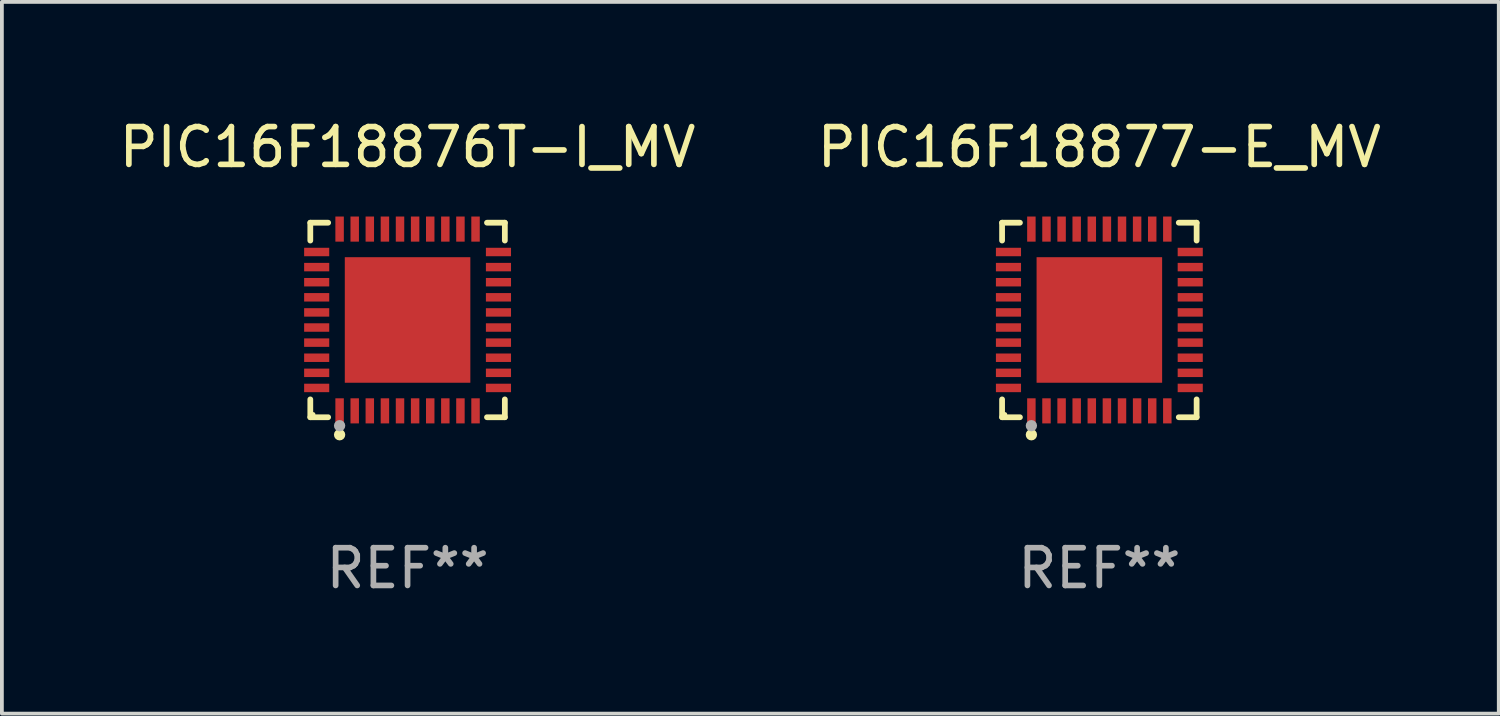
<source format=kicad_pcb>
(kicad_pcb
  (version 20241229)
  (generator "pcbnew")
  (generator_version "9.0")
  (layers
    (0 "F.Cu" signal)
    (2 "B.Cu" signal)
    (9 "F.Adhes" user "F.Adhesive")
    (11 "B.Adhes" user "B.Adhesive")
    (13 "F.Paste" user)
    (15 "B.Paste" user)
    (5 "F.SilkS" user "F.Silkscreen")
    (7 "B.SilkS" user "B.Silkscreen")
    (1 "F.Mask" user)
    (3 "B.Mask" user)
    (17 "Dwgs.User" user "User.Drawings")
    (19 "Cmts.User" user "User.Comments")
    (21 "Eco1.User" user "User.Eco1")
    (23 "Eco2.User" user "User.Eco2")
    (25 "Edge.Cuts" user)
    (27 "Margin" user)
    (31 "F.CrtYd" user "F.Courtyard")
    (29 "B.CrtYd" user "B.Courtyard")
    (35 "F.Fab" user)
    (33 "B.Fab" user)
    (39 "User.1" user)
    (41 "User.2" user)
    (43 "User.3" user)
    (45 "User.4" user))
  (footprint "PIC16F18877-E_MV"
    (layer "F.Cu")
    (at 26.065 5.424)
    (property "Reference" "PIC16F18877-E_MV" (at 0 -4.576 0) (layer "F.SilkS") (effects (font (size 1 1) (thickness 0.15))))
    (attr through_hole)
    (fp_line (start -2.576 -2.576) (end -2.103 -2.576) (stroke (width 0.152) (type solid)) (layer "F.SilkS"))
    (fp_line (start -2.576 -2.103) (end -2.576 -2.576) (stroke (width 0.152) (type solid)) (layer "F.SilkS"))
    (fp_line (start -2.576 2.103) (end -2.576 2.576) (stroke (width 0.152) (type solid)) (layer "F.SilkS"))
    (fp_line (start -2.576 2.576) (end -2.103 2.576) (stroke (width 0.152) (type solid)) (layer "F.SilkS"))
    (fp_line (start 2.576 -2.576) (end 2.103 -2.576) (stroke (width 0.152) (type solid)) (layer "F.SilkS"))
    (fp_line (start 2.576 -2.103) (end 2.576 -2.576) (stroke (width 0.152) (type solid)) (layer "F.SilkS"))
    (fp_line (start 2.576 2.103) (end 2.576 2.576) (stroke (width 0.152) (type solid)) (layer "F.SilkS"))
    (fp_line (start 2.576 2.576) (end 2.103 2.576) (stroke (width 0.152) (type solid)) (layer "F.SilkS"))
    (fp_circle (center -2.5 2.5) (end -2.47 2.5) (stroke (width 0.06) (type solid)) (fill no) (layer "F.SilkS"))
    (fp_circle (center -1.8 3.04) (end -1.725 3.04) (stroke (width 0.15) (type solid)) (fill no) (layer "F.SilkS"))
    (fp_circle (center -1.8 2.8) (end -1.725 2.8) (stroke (width 0.15) (type solid)) (fill no) (layer "F.Fab"))
    (fp_text user "REF**" (at 0 6.576 0) (layer "F.Fab") (effects (font (size 1 1) (thickness 0.15))))
    (pad "1" smd rect (at -1.8 2.407) (size 0.224 0.665) (layers "F.Cu" "F.Mask" "F.Paste"))
    (pad "2" smd rect (at -1.4 2.407) (size 0.224 0.665) (layers "F.Cu" "F.Mask" "F.Paste"))
    (pad "3" smd rect (at -1 2.407) (size 0.224 0.665) (layers "F.Cu" "F.Mask" "F.Paste"))
    (pad "4" smd rect (at -0.6 2.407) (size 0.224 0.665) (layers "F.Cu" "F.Mask" "F.Paste"))
    (pad "5" smd rect (at -0.2 2.407) (size 0.224 0.665) (layers "F.Cu" "F.Mask" "F.Paste"))
    (pad "6" smd rect (at 0.2 2.407) (size 0.224 0.665) (layers "F.Cu" "F.Mask" "F.Paste"))
    (pad "7" smd rect (at 0.6 2.407) (size 0.224 0.665) (layers "F.Cu" "F.Mask" "F.Paste"))
    (pad "8" smd rect (at 1 2.407) (size 0.224 0.665) (layers "F.Cu" "F.Mask" "F.Paste"))
    (pad "9" smd rect (at 1.4 2.407) (size 0.224 0.665) (layers "F.Cu" "F.Mask" "F.Paste"))
    (pad "10" smd rect (at 1.8 2.407) (size 0.224 0.665) (layers "F.Cu" "F.Mask" "F.Paste"))
    (pad "11" smd rect (at 2.407 1.8) (size 0.665 0.224) (layers "F.Cu" "F.Mask" "F.Paste"))
    (pad "12" smd rect (at 2.407 1.4) (size 0.665 0.224) (layers "F.Cu" "F.Mask" "F.Paste"))
    (pad "13" smd rect (at 2.407 1) (size 0.665 0.224) (layers "F.Cu" "F.Mask" "F.Paste"))
    (pad "14" smd rect (at 2.407 0.6) (size 0.665 0.224) (layers "F.Cu" "F.Mask" "F.Paste"))
    (pad "15" smd rect (at 2.407 0.2) (size 0.665 0.224) (layers "F.Cu" "F.Mask" "F.Paste"))
    (pad "16" smd rect (at 2.407 -0.2) (size 0.665 0.224) (layers "F.Cu" "F.Mask" "F.Paste"))
    (pad "17" smd rect (at 2.407 -0.6) (size 0.665 0.224) (layers "F.Cu" "F.Mask" "F.Paste"))
    (pad "18" smd rect (at 2.407 -1) (size 0.665 0.224) (layers "F.Cu" "F.Mask" "F.Paste"))
    (pad "19" smd rect (at 2.407 -1.4) (size 0.665 0.224) (layers "F.Cu" "F.Mask" "F.Paste"))
    (pad "20" smd rect (at 2.407 -1.8) (size 0.665 0.224) (layers "F.Cu" "F.Mask" "F.Paste"))
    (pad "21" smd rect (at 1.8 -2.407) (size 0.224 0.665) (layers "F.Cu" "F.Mask" "F.Paste"))
    (pad "22" smd rect (at 1.4 -2.407) (size 0.224 0.665) (layers "F.Cu" "F.Mask" "F.Paste"))
    (pad "23" smd rect (at 1 -2.407) (size 0.224 0.665) (layers "F.Cu" "F.Mask" "F.Paste"))
    (pad "24" smd rect (at 0.6 -2.407) (size 0.224 0.665) (layers "F.Cu" "F.Mask" "F.Paste"))
    (pad "25" smd rect (at 0.2 -2.407) (size 0.224 0.665) (layers "F.Cu" "F.Mask" "F.Paste"))
    (pad "26" smd rect (at -0.2 -2.407) (size 0.224 0.665) (layers "F.Cu" "F.Mask" "F.Paste"))
    (pad "27" smd rect (at -0.6 -2.407) (size 0.224 0.665) (layers "F.Cu" "F.Mask" "F.Paste"))
    (pad "28" smd rect (at -1 -2.407) (size 0.224 0.665) (layers "F.Cu" "F.Mask" "F.Paste"))
    (pad "29" smd rect (at -1.4 -2.407) (size 0.224 0.665) (layers "F.Cu" "F.Mask" "F.Paste"))
    (pad "30" smd rect (at -1.8 -2.407) (size 0.224 0.665) (layers "F.Cu" "F.Mask" "F.Paste"))
    (pad "31" smd rect (at -2.407 -1.8) (size 0.665 0.224) (layers "F.Cu" "F.Mask" "F.Paste"))
    (pad "32" smd rect (at -2.407 -1.4) (size 0.665 0.224) (layers "F.Cu" "F.Mask" "F.Paste"))
    (pad "33" smd rect (at -2.407 -1) (size 0.665 0.224) (layers "F.Cu" "F.Mask" "F.Paste"))
    (pad "34" smd rect (at -2.407 -0.6) (size 0.665 0.224) (layers "F.Cu" "F.Mask" "F.Paste"))
    (pad "35" smd rect (at -2.407 -0.2) (size 0.665 0.224) (layers "F.Cu" "F.Mask" "F.Paste"))
    (pad "36" smd rect (at -2.407 0.2) (size 0.665 0.224) (layers "F.Cu" "F.Mask" "F.Paste"))
    (pad "37" smd rect (at -2.407 0.6) (size 0.665 0.224) (layers "F.Cu" "F.Mask" "F.Paste"))
    (pad "38" smd rect (at -2.407 1) (size 0.665 0.224) (layers "F.Cu" "F.Mask" "F.Paste"))
    (pad "39" smd rect (at -2.407 1.4) (size 0.665 0.224) (layers "F.Cu" "F.Mask" "F.Paste"))
    (pad "40" smd rect (at -2.407 1.8) (size 0.665 0.224) (layers "F.Cu" "F.Mask" "F.Paste"))
    (pad "41" smd rect (at 0 0) (size 3.325 3.325) (layers "F.Cu" "F.Mask" "F.Paste")))
  (footprint "PIC16F18876T-I_MV"
    (layer "F.Cu")
    (at 7.744 5.424)
    (property "Reference" "PIC16F18876T-I_MV" (at 0 -4.576 0) (layer "F.SilkS") (effects (font (size 1 1) (thickness 0.15))))
    (attr through_hole)
    (fp_line (start -2.576 -2.576) (end -2.103 -2.576) (stroke (width 0.152) (type solid)) (layer "F.SilkS"))
    (fp_line (start -2.576 -2.103) (end -2.576 -2.576) (stroke (width 0.152) (type solid)) (layer "F.SilkS"))
    (fp_line (start -2.576 2.103) (end -2.576 2.576) (stroke (width 0.152) (type solid)) (layer "F.SilkS"))
    (fp_line (start -2.576 2.576) (end -2.103 2.576) (stroke (width 0.152) (type solid)) (layer "F.SilkS"))
    (fp_line (start 2.576 -2.576) (end 2.103 -2.576) (stroke (width 0.152) (type solid)) (layer "F.SilkS"))
    (fp_line (start 2.576 -2.103) (end 2.576 -2.576) (stroke (width 0.152) (type solid)) (layer "F.SilkS"))
    (fp_line (start 2.576 2.103) (end 2.576 2.576) (stroke (width 0.152) (type solid)) (layer "F.SilkS"))
    (fp_line (start 2.576 2.576) (end 2.103 2.576) (stroke (width 0.152) (type solid)) (layer "F.SilkS"))
    (fp_circle (center -2.5 2.5) (end -2.47 2.5) (stroke (width 0.06) (type solid)) (fill no) (layer "F.SilkS"))
    (fp_circle (center -1.8 3.04) (end -1.725 3.04) (stroke (width 0.15) (type solid)) (fill no) (layer "F.SilkS"))
    (fp_circle (center -1.8 2.8) (end -1.725 2.8) (stroke (width 0.15) (type solid)) (fill no) (layer "F.Fab"))
    (fp_text user "REF**" (at 0 6.576 0) (layer "F.Fab") (effects (font (size 1 1) (thickness 0.15))))
    (pad "1" smd rect (at -1.8 2.407) (size 0.224 0.665) (layers "F.Cu" "F.Mask" "F.Paste"))
    (pad "2" smd rect (at -1.4 2.407) (size 0.224 0.665) (layers "F.Cu" "F.Mask" "F.Paste"))
    (pad "3" smd rect (at -1 2.407) (size 0.224 0.665) (layers "F.Cu" "F.Mask" "F.Paste"))
    (pad "4" smd rect (at -0.6 2.407) (size 0.224 0.665) (layers "F.Cu" "F.Mask" "F.Paste"))
    (pad "5" smd rect (at -0.2 2.407) (size 0.224 0.665) (layers "F.Cu" "F.Mask" "F.Paste"))
    (pad "6" smd rect (at 0.2 2.407) (size 0.224 0.665) (layers "F.Cu" "F.Mask" "F.Paste"))
    (pad "7" smd rect (at 0.6 2.407) (size 0.224 0.665) (layers "F.Cu" "F.Mask" "F.Paste"))
    (pad "8" smd rect (at 1 2.407) (size 0.224 0.665) (layers "F.Cu" "F.Mask" "F.Paste"))
    (pad "9" smd rect (at 1.4 2.407) (size 0.224 0.665) (layers "F.Cu" "F.Mask" "F.Paste"))
    (pad "10" smd rect (at 1.8 2.407) (size 0.224 0.665) (layers "F.Cu" "F.Mask" "F.Paste"))
    (pad "11" smd rect (at 2.407 1.8) (size 0.665 0.224) (layers "F.Cu" "F.Mask" "F.Paste"))
    (pad "12" smd rect (at 2.407 1.4) (size 0.665 0.224) (layers "F.Cu" "F.Mask" "F.Paste"))
    (pad "13" smd rect (at 2.407 1) (size 0.665 0.224) (layers "F.Cu" "F.Mask" "F.Paste"))
    (pad "14" smd rect (at 2.407 0.6) (size 0.665 0.224) (layers "F.Cu" "F.Mask" "F.Paste"))
    (pad "15" smd rect (at 2.407 0.2) (size 0.665 0.224) (layers "F.Cu" "F.Mask" "F.Paste"))
    (pad "16" smd rect (at 2.407 -0.2) (size 0.665 0.224) (layers "F.Cu" "F.Mask" "F.Paste"))
    (pad "17" smd rect (at 2.407 -0.6) (size 0.665 0.224) (layers "F.Cu" "F.Mask" "F.Paste"))
    (pad "18" smd rect (at 2.407 -1) (size 0.665 0.224) (layers "F.Cu" "F.Mask" "F.Paste"))
    (pad "19" smd rect (at 2.407 -1.4) (size 0.665 0.224) (layers "F.Cu" "F.Mask" "F.Paste"))
    (pad "20" smd rect (at 2.407 -1.8) (size 0.665 0.224) (layers "F.Cu" "F.Mask" "F.Paste"))
    (pad "21" smd rect (at 1.8 -2.407) (size 0.224 0.665) (layers "F.Cu" "F.Mask" "F.Paste"))
    (pad "22" smd rect (at 1.4 -2.407) (size 0.224 0.665) (layers "F.Cu" "F.Mask" "F.Paste"))
    (pad "23" smd rect (at 1 -2.407) (size 0.224 0.665) (layers "F.Cu" "F.Mask" "F.Paste"))
    (pad "24" smd rect (at 0.6 -2.407) (size 0.224 0.665) (layers "F.Cu" "F.Mask" "F.Paste"))
    (pad "25" smd rect (at 0.2 -2.407) (size 0.224 0.665) (layers "F.Cu" "F.Mask" "F.Paste"))
    (pad "26" smd rect (at -0.2 -2.407) (size 0.224 0.665) (layers "F.Cu" "F.Mask" "F.Paste"))
    (pad "27" smd rect (at -0.6 -2.407) (size 0.224 0.665) (layers "F.Cu" "F.Mask" "F.Paste"))
    (pad "28" smd rect (at -1 -2.407) (size 0.224 0.665) (layers "F.Cu" "F.Mask" "F.Paste"))
    (pad "29" smd rect (at -1.4 -2.407) (size 0.224 0.665) (layers "F.Cu" "F.Mask" "F.Paste"))
    (pad "30" smd rect (at -1.8 -2.407) (size 0.224 0.665) (layers "F.Cu" "F.Mask" "F.Paste"))
    (pad "31" smd rect (at -2.407 -1.8) (size 0.665 0.224) (layers "F.Cu" "F.Mask" "F.Paste"))
    (pad "32" smd rect (at -2.407 -1.4) (size 0.665 0.224) (layers "F.Cu" "F.Mask" "F.Paste"))
    (pad "33" smd rect (at -2.407 -1) (size 0.665 0.224) (layers "F.Cu" "F.Mask" "F.Paste"))
    (pad "34" smd rect (at -2.407 -0.6) (size 0.665 0.224) (layers "F.Cu" "F.Mask" "F.Paste"))
    (pad "35" smd rect (at -2.407 -0.2) (size 0.665 0.224) (layers "F.Cu" "F.Mask" "F.Paste"))
    (pad "36" smd rect (at -2.407 0.2) (size 0.665 0.224) (layers "F.Cu" "F.Mask" "F.Paste"))
    (pad "37" smd rect (at -2.407 0.6) (size 0.665 0.224) (layers "F.Cu" "F.Mask" "F.Paste"))
    (pad "38" smd rect (at -2.407 1) (size 0.665 0.224) (layers "F.Cu" "F.Mask" "F.Paste"))
    (pad "39" smd rect (at -2.407 1.4) (size 0.665 0.224) (layers "F.Cu" "F.Mask" "F.Paste"))
    (pad "40" smd rect (at -2.407 1.8) (size 0.665 0.224) (layers "F.Cu" "F.Mask" "F.Paste"))
    (pad "41" smd rect (at 0 0) (size 3.325 3.325) (layers "F.Cu" "F.Mask" "F.Paste")))
  (gr_rect
    (start -3 -3)
    (end 36.643 15.849)
    (stroke (width 0.1) (type default))
    (fill no)
    (layer "Edge.Cuts")))
</source>
